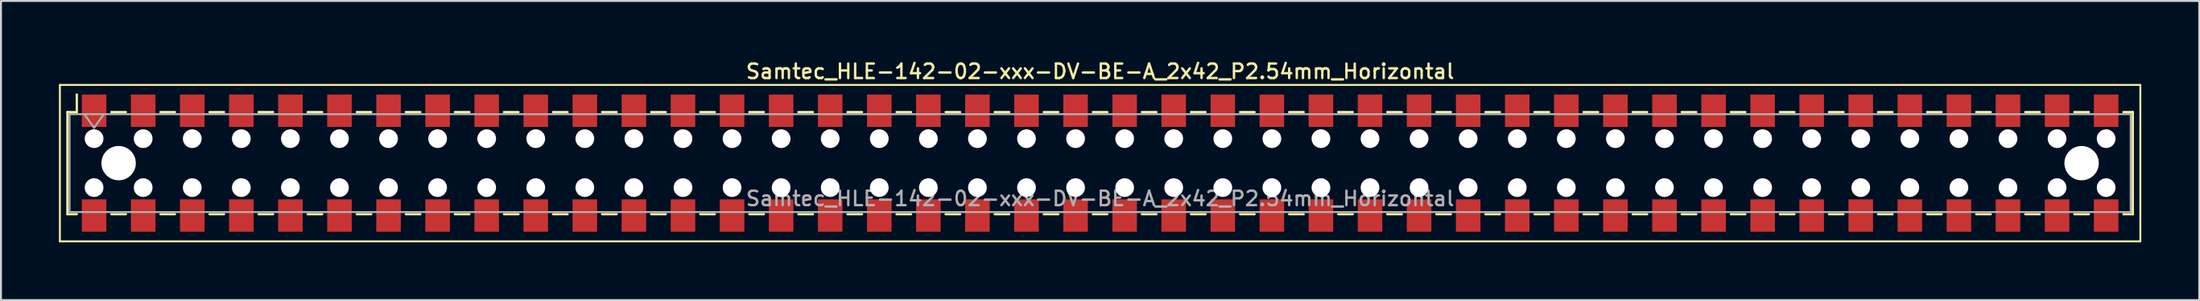
<source format=kicad_pcb>
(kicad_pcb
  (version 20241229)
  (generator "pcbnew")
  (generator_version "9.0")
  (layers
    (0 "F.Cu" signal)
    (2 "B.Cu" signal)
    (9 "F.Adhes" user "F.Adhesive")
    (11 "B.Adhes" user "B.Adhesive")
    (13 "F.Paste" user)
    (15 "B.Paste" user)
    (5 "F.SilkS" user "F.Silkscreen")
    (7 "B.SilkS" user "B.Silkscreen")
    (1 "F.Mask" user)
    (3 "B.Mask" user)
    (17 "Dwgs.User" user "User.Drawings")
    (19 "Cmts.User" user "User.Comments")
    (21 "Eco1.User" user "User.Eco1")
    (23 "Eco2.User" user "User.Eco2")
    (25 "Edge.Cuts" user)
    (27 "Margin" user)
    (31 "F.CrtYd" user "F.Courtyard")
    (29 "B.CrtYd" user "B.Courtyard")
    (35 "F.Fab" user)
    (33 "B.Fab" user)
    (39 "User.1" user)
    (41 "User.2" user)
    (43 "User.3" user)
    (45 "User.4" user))
  (footprint "Samtec_HLE-142-02-xxx-DV-BE-A_2x42_P2.54mm_Horizontal"
    (layer "F.Cu")
    (at 53.89 5.418)
    (property "Reference" "Samtec_HLE-142-02-xxx-DV-BE-A_2x42_P2.54mm_Horizontal" (at 0 -4.76 0) (layer "F.SilkS") (effects (font (size 0.75 0.75) (thickness 0.125))))
    (attr smd)
    (fp_line (start -53.84 -4.06) (end 53.84 -4.06) (stroke (width 0.1) (type solid)) (layer "F.SilkS"))
    (fp_line (start -53.84 4.06) (end -53.84 -4.06) (stroke (width 0.1) (type solid)) (layer "F.SilkS"))
    (fp_line (start -53.45 -2.65) (end -53.45 2.65) (stroke (width 0.12) (type solid)) (layer "F.SilkS"))
    (fp_line (start -53.45 2.65) (end -52.965 2.65) (stroke (width 0.12) (type solid)) (layer "F.SilkS"))
    (fp_line (start -52.965 -3.56) (end -52.965 -2.65) (stroke (width 0.12) (type solid)) (layer "F.SilkS"))
    (fp_line (start -52.965 -2.65) (end -53.45 -2.65) (stroke (width 0.12) (type solid)) (layer "F.SilkS"))
    (fp_line (start -51.175 -2.65) (end -50.425 -2.65) (stroke (width 0.12) (type solid)) (layer "F.SilkS"))
    (fp_line (start -51.175 2.65) (end -50.425 2.65) (stroke (width 0.12) (type solid)) (layer "F.SilkS"))
    (fp_line (start -48.635 -2.65) (end -47.885 -2.65) (stroke (width 0.12) (type solid)) (layer "F.SilkS"))
    (fp_line (start -48.635 2.65) (end -47.885 2.65) (stroke (width 0.12) (type solid)) (layer "F.SilkS"))
    (fp_line (start -46.095 -2.65) (end -45.345 -2.65) (stroke (width 0.12) (type solid)) (layer "F.SilkS"))
    (fp_line (start -46.095 2.65) (end -45.345 2.65) (stroke (width 0.12) (type solid)) (layer "F.SilkS"))
    (fp_line (start -43.555 -2.65) (end -42.805 -2.65) (stroke (width 0.12) (type solid)) (layer "F.SilkS"))
    (fp_line (start -43.555 2.65) (end -42.805 2.65) (stroke (width 0.12) (type solid)) (layer "F.SilkS"))
    (fp_line (start -41.015 -2.65) (end -40.265 -2.65) (stroke (width 0.12) (type solid)) (layer "F.SilkS"))
    (fp_line (start -41.015 2.65) (end -40.265 2.65) (stroke (width 0.12) (type solid)) (layer "F.SilkS"))
    (fp_line (start -38.475 -2.65) (end -37.725 -2.65) (stroke (width 0.12) (type solid)) (layer "F.SilkS"))
    (fp_line (start -38.475 2.65) (end -37.725 2.65) (stroke (width 0.12) (type solid)) (layer "F.SilkS"))
    (fp_line (start -35.935 -2.65) (end -35.185 -2.65) (stroke (width 0.12) (type solid)) (layer "F.SilkS"))
    (fp_line (start -35.935 2.65) (end -35.185 2.65) (stroke (width 0.12) (type solid)) (layer "F.SilkS"))
    (fp_line (start -33.395 -2.65) (end -32.645 -2.65) (stroke (width 0.12) (type solid)) (layer "F.SilkS"))
    (fp_line (start -33.395 2.65) (end -32.645 2.65) (stroke (width 0.12) (type solid)) (layer "F.SilkS"))
    (fp_line (start -30.855 -2.65) (end -30.105 -2.65) (stroke (width 0.12) (type solid)) (layer "F.SilkS"))
    (fp_line (start -30.855 2.65) (end -30.105 2.65) (stroke (width 0.12) (type solid)) (layer "F.SilkS"))
    (fp_line (start -28.315 -2.65) (end -27.565 -2.65) (stroke (width 0.12) (type solid)) (layer "F.SilkS"))
    (fp_line (start -28.315 2.65) (end -27.565 2.65) (stroke (width 0.12) (type solid)) (layer "F.SilkS"))
    (fp_line (start -25.775 -2.65) (end -25.025 -2.65) (stroke (width 0.12) (type solid)) (layer "F.SilkS"))
    (fp_line (start -25.775 2.65) (end -25.025 2.65) (stroke (width 0.12) (type solid)) (layer "F.SilkS"))
    (fp_line (start -23.235 -2.65) (end -22.485 -2.65) (stroke (width 0.12) (type solid)) (layer "F.SilkS"))
    (fp_line (start -23.235 2.65) (end -22.485 2.65) (stroke (width 0.12) (type solid)) (layer "F.SilkS"))
    (fp_line (start -20.695 -2.65) (end -19.945 -2.65) (stroke (width 0.12) (type solid)) (layer "F.SilkS"))
    (fp_line (start -20.695 2.65) (end -19.945 2.65) (stroke (width 0.12) (type solid)) (layer "F.SilkS"))
    (fp_line (start -18.155 -2.65) (end -17.405 -2.65) (stroke (width 0.12) (type solid)) (layer "F.SilkS"))
    (fp_line (start -18.155 2.65) (end -17.405 2.65) (stroke (width 0.12) (type solid)) (layer "F.SilkS"))
    (fp_line (start -15.615 -2.65) (end -14.865 -2.65) (stroke (width 0.12) (type solid)) (layer "F.SilkS"))
    (fp_line (start -15.615 2.65) (end -14.865 2.65) (stroke (width 0.12) (type solid)) (layer "F.SilkS"))
    (fp_line (start -13.075 -2.65) (end -12.325 -2.65) (stroke (width 0.12) (type solid)) (layer "F.SilkS"))
    (fp_line (start -13.075 2.65) (end -12.325 2.65) (stroke (width 0.12) (type solid)) (layer "F.SilkS"))
    (fp_line (start -10.535 -2.65) (end -9.785 -2.65) (stroke (width 0.12) (type solid)) (layer "F.SilkS"))
    (fp_line (start -10.535 2.65) (end -9.785 2.65) (stroke (width 0.12) (type solid)) (layer "F.SilkS"))
    (fp_line (start -7.995 -2.65) (end -7.245 -2.65) (stroke (width 0.12) (type solid)) (layer "F.SilkS"))
    (fp_line (start -7.995 2.65) (end -7.245 2.65) (stroke (width 0.12) (type solid)) (layer "F.SilkS"))
    (fp_line (start -5.455 -2.65) (end -4.705 -2.65) (stroke (width 0.12) (type solid)) (layer "F.SilkS"))
    (fp_line (start -5.455 2.65) (end -4.705 2.65) (stroke (width 0.12) (type solid)) (layer "F.SilkS"))
    (fp_line (start -2.915 -2.65) (end -2.165 -2.65) (stroke (width 0.12) (type solid)) (layer "F.SilkS"))
    (fp_line (start -2.915 2.65) (end -2.165 2.65) (stroke (width 0.12) (type solid)) (layer "F.SilkS"))
    (fp_line (start -0.375 -2.65) (end 0.375 -2.65) (stroke (width 0.12) (type solid)) (layer "F.SilkS"))
    (fp_line (start -0.375 2.65) (end 0.375 2.65) (stroke (width 0.12) (type solid)) (layer "F.SilkS"))
    (fp_line (start 2.165 -2.65) (end 2.915 -2.65) (stroke (width 0.12) (type solid)) (layer "F.SilkS"))
    (fp_line (start 2.165 2.65) (end 2.915 2.65) (stroke (width 0.12) (type solid)) (layer "F.SilkS"))
    (fp_line (start 4.705 -2.65) (end 5.455 -2.65) (stroke (width 0.12) (type solid)) (layer "F.SilkS"))
    (fp_line (start 4.705 2.65) (end 5.455 2.65) (stroke (width 0.12) (type solid)) (layer "F.SilkS"))
    (fp_line (start 7.245 -2.65) (end 7.995 -2.65) (stroke (width 0.12) (type solid)) (layer "F.SilkS"))
    (fp_line (start 7.245 2.65) (end 7.995 2.65) (stroke (width 0.12) (type solid)) (layer "F.SilkS"))
    (fp_line (start 9.785 -2.65) (end 10.535 -2.65) (stroke (width 0.12) (type solid)) (layer "F.SilkS"))
    (fp_line (start 9.785 2.65) (end 10.535 2.65) (stroke (width 0.12) (type solid)) (layer "F.SilkS"))
    (fp_line (start 12.325 -2.65) (end 13.075 -2.65) (stroke (width 0.12) (type solid)) (layer "F.SilkS"))
    (fp_line (start 12.325 2.65) (end 13.075 2.65) (stroke (width 0.12) (type solid)) (layer "F.SilkS"))
    (fp_line (start 14.865 -2.65) (end 15.615 -2.65) (stroke (width 0.12) (type solid)) (layer "F.SilkS"))
    (fp_line (start 14.865 2.65) (end 15.615 2.65) (stroke (width 0.12) (type solid)) (layer "F.SilkS"))
    (fp_line (start 17.405 -2.65) (end 18.155 -2.65) (stroke (width 0.12) (type solid)) (layer "F.SilkS"))
    (fp_line (start 17.405 2.65) (end 18.155 2.65) (stroke (width 0.12) (type solid)) (layer "F.SilkS"))
    (fp_line (start 19.945 -2.65) (end 20.695 -2.65) (stroke (width 0.12) (type solid)) (layer "F.SilkS"))
    (fp_line (start 19.945 2.65) (end 20.695 2.65) (stroke (width 0.12) (type solid)) (layer "F.SilkS"))
    (fp_line (start 22.485 -2.65) (end 23.235 -2.65) (stroke (width 0.12) (type solid)) (layer "F.SilkS"))
    (fp_line (start 22.485 2.65) (end 23.235 2.65) (stroke (width 0.12) (type solid)) (layer "F.SilkS"))
    (fp_line (start 25.025 -2.65) (end 25.775 -2.65) (stroke (width 0.12) (type solid)) (layer "F.SilkS"))
    (fp_line (start 25.025 2.65) (end 25.775 2.65) (stroke (width 0.12) (type solid)) (layer "F.SilkS"))
    (fp_line (start 27.565 -2.65) (end 28.315 -2.65) (stroke (width 0.12) (type solid)) (layer "F.SilkS"))
    (fp_line (start 27.565 2.65) (end 28.315 2.65) (stroke (width 0.12) (type solid)) (layer "F.SilkS"))
    (fp_line (start 30.105 -2.65) (end 30.855 -2.65) (stroke (width 0.12) (type solid)) (layer "F.SilkS"))
    (fp_line (start 30.105 2.65) (end 30.855 2.65) (stroke (width 0.12) (type solid)) (layer "F.SilkS"))
    (fp_line (start 32.645 -2.65) (end 33.395 -2.65) (stroke (width 0.12) (type solid)) (layer "F.SilkS"))
    (fp_line (start 32.645 2.65) (end 33.395 2.65) (stroke (width 0.12) (type solid)) (layer "F.SilkS"))
    (fp_line (start 35.185 -2.65) (end 35.935 -2.65) (stroke (width 0.12) (type solid)) (layer "F.SilkS"))
    (fp_line (start 35.185 2.65) (end 35.935 2.65) (stroke (width 0.12) (type solid)) (layer "F.SilkS"))
    (fp_line (start 37.725 -2.65) (end 38.475 -2.65) (stroke (width 0.12) (type solid)) (layer "F.SilkS"))
    (fp_line (start 37.725 2.65) (end 38.475 2.65) (stroke (width 0.12) (type solid)) (layer "F.SilkS"))
    (fp_line (start 40.265 -2.65) (end 41.015 -2.65) (stroke (width 0.12) (type solid)) (layer "F.SilkS"))
    (fp_line (start 40.265 2.65) (end 41.015 2.65) (stroke (width 0.12) (type solid)) (layer "F.SilkS"))
    (fp_line (start 42.805 -2.65) (end 43.555 -2.65) (stroke (width 0.12) (type solid)) (layer "F.SilkS"))
    (fp_line (start 42.805 2.65) (end 43.555 2.65) (stroke (width 0.12) (type solid)) (layer "F.SilkS"))
    (fp_line (start 45.345 -2.65) (end 46.095 -2.65) (stroke (width 0.12) (type solid)) (layer "F.SilkS"))
    (fp_line (start 45.345 2.65) (end 46.095 2.65) (stroke (width 0.12) (type solid)) (layer "F.SilkS"))
    (fp_line (start 47.885 -2.65) (end 48.635 -2.65) (stroke (width 0.12) (type solid)) (layer "F.SilkS"))
    (fp_line (start 47.885 2.65) (end 48.635 2.65) (stroke (width 0.12) (type solid)) (layer "F.SilkS"))
    (fp_line (start 50.425 -2.65) (end 51.175 -2.65) (stroke (width 0.12) (type solid)) (layer "F.SilkS"))
    (fp_line (start 50.425 2.65) (end 51.175 2.65) (stroke (width 0.12) (type solid)) (layer "F.SilkS"))
    (fp_line (start 52.965 -2.65) (end 53.45 -2.65) (stroke (width 0.12) (type solid)) (layer "F.SilkS"))
    (fp_line (start 53.45 -2.65) (end 53.45 2.65) (stroke (width 0.12) (type solid)) (layer "F.SilkS"))
    (fp_line (start 53.45 2.65) (end 52.965 2.65) (stroke (width 0.12) (type solid)) (layer "F.SilkS"))
    (fp_line (start 53.84 -4.06) (end 53.84 4.06) (stroke (width 0.1) (type solid)) (layer "F.SilkS"))
    (fp_line (start 53.84 4.06) (end -53.84 4.06) (stroke (width 0.1) (type solid)) (layer "F.SilkS"))
    (fp_line (start -53.34 -2.54) (end 53.34 -2.54) (stroke (width 0.1) (type solid)) (layer "F.Fab"))
    (fp_line (start -53.34 2.54) (end -53.34 -2.54) (stroke (width 0.1) (type solid)) (layer "F.Fab"))
    (fp_line (start -52.57 -2.54) (end -52.07 -1.833) (stroke (width 0.1) (type solid)) (layer "F.Fab"))
    (fp_line (start -52.07 -1.833) (end -51.57 -2.54) (stroke (width 0.1) (type solid)) (layer "F.Fab"))
    (fp_line (start 53.34 -2.54) (end 53.34 2.54) (stroke (width 0.1) (type solid)) (layer "F.Fab"))
    (fp_line (start 53.34 2.54) (end -53.34 2.54) (stroke (width 0.1) (type solid)) (layer "F.Fab"))
    (fp_text user "${REFERENCE}" (at 0 1.84 0) (layer "F.Fab") (effects (font (size 0.75 0.75) (thickness 0.125))))
    (pad "" np_thru_hole circle (at -52.07 -1.27) (size 0.97 0.97) (drill 0.97) (layers "*.Cu" "*.Mask"))
    (pad "" np_thru_hole circle (at -52.07 1.27) (size 0.97 0.97) (drill 0.97) (layers "*.Cu" "*.Mask"))
    (pad "" np_thru_hole circle (at -50.8 0) (size 1.78 1.78) (drill 1.78) (layers "*.Cu" "*.Mask"))
    (pad "" np_thru_hole circle (at -49.53 -1.27) (size 0.97 0.97) (drill 0.97) (layers "*.Cu" "*.Mask"))
    (pad "" np_thru_hole circle (at -49.53 1.27) (size 0.97 0.97) (drill 0.97) (layers "*.Cu" "*.Mask"))
    (pad "" np_thru_hole circle (at -46.99 -1.27) (size 0.97 0.97) (drill 0.97) (layers "*.Cu" "*.Mask"))
    (pad "" np_thru_hole circle (at -46.99 1.27) (size 0.97 0.97) (drill 0.97) (layers "*.Cu" "*.Mask"))
    (pad "" np_thru_hole circle (at -44.45 -1.27) (size 0.97 0.97) (drill 0.97) (layers "*.Cu" "*.Mask"))
    (pad "" np_thru_hole circle (at -44.45 1.27) (size 0.97 0.97) (drill 0.97) (layers "*.Cu" "*.Mask"))
    (pad "" np_thru_hole circle (at -41.91 -1.27) (size 0.97 0.97) (drill 0.97) (layers "*.Cu" "*.Mask"))
    (pad "" np_thru_hole circle (at -41.91 1.27) (size 0.97 0.97) (drill 0.97) (layers "*.Cu" "*.Mask"))
    (pad "" np_thru_hole circle (at -39.37 -1.27) (size 0.97 0.97) (drill 0.97) (layers "*.Cu" "*.Mask"))
    (pad "" np_thru_hole circle (at -39.37 1.27) (size 0.97 0.97) (drill 0.97) (layers "*.Cu" "*.Mask"))
    (pad "" np_thru_hole circle (at -36.83 -1.27) (size 0.97 0.97) (drill 0.97) (layers "*.Cu" "*.Mask"))
    (pad "" np_thru_hole circle (at -36.83 1.27) (size 0.97 0.97) (drill 0.97) (layers "*.Cu" "*.Mask"))
    (pad "" np_thru_hole circle (at -34.29 -1.27) (size 0.97 0.97) (drill 0.97) (layers "*.Cu" "*.Mask"))
    (pad "" np_thru_hole circle (at -34.29 1.27) (size 0.97 0.97) (drill 0.97) (layers "*.Cu" "*.Mask"))
    (pad "" np_thru_hole circle (at -31.75 -1.27) (size 0.97 0.97) (drill 0.97) (layers "*.Cu" "*.Mask"))
    (pad "" np_thru_hole circle (at -31.75 1.27) (size 0.97 0.97) (drill 0.97) (layers "*.Cu" "*.Mask"))
    (pad "" np_thru_hole circle (at -29.21 -1.27) (size 0.97 0.97) (drill 0.97) (layers "*.Cu" "*.Mask"))
    (pad "" np_thru_hole circle (at -29.21 1.27) (size 0.97 0.97) (drill 0.97) (layers "*.Cu" "*.Mask"))
    (pad "" np_thru_hole circle (at -26.67 -1.27) (size 0.97 0.97) (drill 0.97) (layers "*.Cu" "*.Mask"))
    (pad "" np_thru_hole circle (at -26.67 1.27) (size 0.97 0.97) (drill 0.97) (layers "*.Cu" "*.Mask"))
    (pad "" np_thru_hole circle (at -24.13 -1.27) (size 0.97 0.97) (drill 0.97) (layers "*.Cu" "*.Mask"))
    (pad "" np_thru_hole circle (at -24.13 1.27) (size 0.97 0.97) (drill 0.97) (layers "*.Cu" "*.Mask"))
    (pad "" np_thru_hole circle (at -21.59 -1.27) (size 0.97 0.97) (drill 0.97) (layers "*.Cu" "*.Mask"))
    (pad "" np_thru_hole circle (at -21.59 1.27) (size 0.97 0.97) (drill 0.97) (layers "*.Cu" "*.Mask"))
    (pad "" np_thru_hole circle (at -19.05 -1.27) (size 0.97 0.97) (drill 0.97) (layers "*.Cu" "*.Mask"))
    (pad "" np_thru_hole circle (at -19.05 1.27) (size 0.97 0.97) (drill 0.97) (layers "*.Cu" "*.Mask"))
    (pad "" np_thru_hole circle (at -16.51 -1.27) (size 0.97 0.97) (drill 0.97) (layers "*.Cu" "*.Mask"))
    (pad "" np_thru_hole circle (at -16.51 1.27) (size 0.97 0.97) (drill 0.97) (layers "*.Cu" "*.Mask"))
    (pad "" np_thru_hole circle (at -13.97 -1.27) (size 0.97 0.97) (drill 0.97) (layers "*.Cu" "*.Mask"))
    (pad "" np_thru_hole circle (at -13.97 1.27) (size 0.97 0.97) (drill 0.97) (layers "*.Cu" "*.Mask"))
    (pad "" np_thru_hole circle (at -11.43 -1.27) (size 0.97 0.97) (drill 0.97) (layers "*.Cu" "*.Mask"))
    (pad "" np_thru_hole circle (at -11.43 1.27) (size 0.97 0.97) (drill 0.97) (layers "*.Cu" "*.Mask"))
    (pad "" np_thru_hole circle (at -8.89 -1.27) (size 0.97 0.97) (drill 0.97) (layers "*.Cu" "*.Mask"))
    (pad "" np_thru_hole circle (at -8.89 1.27) (size 0.97 0.97) (drill 0.97) (layers "*.Cu" "*.Mask"))
    (pad "" np_thru_hole circle (at -6.35 -1.27) (size 0.97 0.97) (drill 0.97) (layers "*.Cu" "*.Mask"))
    (pad "" np_thru_hole circle (at -6.35 1.27) (size 0.97 0.97) (drill 0.97) (layers "*.Cu" "*.Mask"))
    (pad "" np_thru_hole circle (at -3.81 -1.27) (size 0.97 0.97) (drill 0.97) (layers "*.Cu" "*.Mask"))
    (pad "" np_thru_hole circle (at -3.81 1.27) (size 0.97 0.97) (drill 0.97) (layers "*.Cu" "*.Mask"))
    (pad "" np_thru_hole circle (at -1.27 -1.27) (size 0.97 0.97) (drill 0.97) (layers "*.Cu" "*.Mask"))
    (pad "" np_thru_hole circle (at -1.27 1.27) (size 0.97 0.97) (drill 0.97) (layers "*.Cu" "*.Mask"))
    (pad "" np_thru_hole circle (at 1.27 -1.27) (size 0.97 0.97) (drill 0.97) (layers "*.Cu" "*.Mask"))
    (pad "" np_thru_hole circle (at 1.27 1.27) (size 0.97 0.97) (drill 0.97) (layers "*.Cu" "*.Mask"))
    (pad "" np_thru_hole circle (at 3.81 -1.27) (size 0.97 0.97) (drill 0.97) (layers "*.Cu" "*.Mask"))
    (pad "" np_thru_hole circle (at 3.81 1.27) (size 0.97 0.97) (drill 0.97) (layers "*.Cu" "*.Mask"))
    (pad "" np_thru_hole circle (at 6.35 -1.27) (size 0.97 0.97) (drill 0.97) (layers "*.Cu" "*.Mask"))
    (pad "" np_thru_hole circle (at 6.35 1.27) (size 0.97 0.97) (drill 0.97) (layers "*.Cu" "*.Mask"))
    (pad "" np_thru_hole circle (at 8.89 -1.27) (size 0.97 0.97) (drill 0.97) (layers "*.Cu" "*.Mask"))
    (pad "" np_thru_hole circle (at 8.89 1.27) (size 0.97 0.97) (drill 0.97) (layers "*.Cu" "*.Mask"))
    (pad "" np_thru_hole circle (at 11.43 -1.27) (size 0.97 0.97) (drill 0.97) (layers "*.Cu" "*.Mask"))
    (pad "" np_thru_hole circle (at 11.43 1.27) (size 0.97 0.97) (drill 0.97) (layers "*.Cu" "*.Mask"))
    (pad "" np_thru_hole circle (at 13.97 -1.27) (size 0.97 0.97) (drill 0.97) (layers "*.Cu" "*.Mask"))
    (pad "" np_thru_hole circle (at 13.97 1.27) (size 0.97 0.97) (drill 0.97) (layers "*.Cu" "*.Mask"))
    (pad "" np_thru_hole circle (at 16.51 -1.27) (size 0.97 0.97) (drill 0.97) (layers "*.Cu" "*.Mask"))
    (pad "" np_thru_hole circle (at 16.51 1.27) (size 0.97 0.97) (drill 0.97) (layers "*.Cu" "*.Mask"))
    (pad "" np_thru_hole circle (at 19.05 -1.27) (size 0.97 0.97) (drill 0.97) (layers "*.Cu" "*.Mask"))
    (pad "" np_thru_hole circle (at 19.05 1.27) (size 0.97 0.97) (drill 0.97) (layers "*.Cu" "*.Mask"))
    (pad "" np_thru_hole circle (at 21.59 -1.27) (size 0.97 0.97) (drill 0.97) (layers "*.Cu" "*.Mask"))
    (pad "" np_thru_hole circle (at 21.59 1.27) (size 0.97 0.97) (drill 0.97) (layers "*.Cu" "*.Mask"))
    (pad "" np_thru_hole circle (at 24.13 -1.27) (size 0.97 0.97) (drill 0.97) (layers "*.Cu" "*.Mask"))
    (pad "" np_thru_hole circle (at 24.13 1.27) (size 0.97 0.97) (drill 0.97) (layers "*.Cu" "*.Mask"))
    (pad "" np_thru_hole circle (at 26.67 -1.27) (size 0.97 0.97) (drill 0.97) (layers "*.Cu" "*.Mask"))
    (pad "" np_thru_hole circle (at 26.67 1.27) (size 0.97 0.97) (drill 0.97) (layers "*.Cu" "*.Mask"))
    (pad "" np_thru_hole circle (at 29.21 -1.27) (size 0.97 0.97) (drill 0.97) (layers "*.Cu" "*.Mask"))
    (pad "" np_thru_hole circle (at 29.21 1.27) (size 0.97 0.97) (drill 0.97) (layers "*.Cu" "*.Mask"))
    (pad "" np_thru_hole circle (at 31.75 -1.27) (size 0.97 0.97) (drill 0.97) (layers "*.Cu" "*.Mask"))
    (pad "" np_thru_hole circle (at 31.75 1.27) (size 0.97 0.97) (drill 0.97) (layers "*.Cu" "*.Mask"))
    (pad "" np_thru_hole circle (at 34.29 -1.27) (size 0.97 0.97) (drill 0.97) (layers "*.Cu" "*.Mask"))
    (pad "" np_thru_hole circle (at 34.29 1.27) (size 0.97 0.97) (drill 0.97) (layers "*.Cu" "*.Mask"))
    (pad "" np_thru_hole circle (at 36.83 -1.27) (size 0.97 0.97) (drill 0.97) (layers "*.Cu" "*.Mask"))
    (pad "" np_thru_hole circle (at 36.83 1.27) (size 0.97 0.97) (drill 0.97) (layers "*.Cu" "*.Mask"))
    (pad "" np_thru_hole circle (at 39.37 -1.27) (size 0.97 0.97) (drill 0.97) (layers "*.Cu" "*.Mask"))
    (pad "" np_thru_hole circle (at 39.37 1.27) (size 0.97 0.97) (drill 0.97) (layers "*.Cu" "*.Mask"))
    (pad "" np_thru_hole circle (at 41.91 -1.27) (size 0.97 0.97) (drill 0.97) (layers "*.Cu" "*.Mask"))
    (pad "" np_thru_hole circle (at 41.91 1.27) (size 0.97 0.97) (drill 0.97) (layers "*.Cu" "*.Mask"))
    (pad "" np_thru_hole circle (at 44.45 -1.27) (size 0.97 0.97) (drill 0.97) (layers "*.Cu" "*.Mask"))
    (pad "" np_thru_hole circle (at 44.45 1.27) (size 0.97 0.97) (drill 0.97) (layers "*.Cu" "*.Mask"))
    (pad "" np_thru_hole circle (at 46.99 -1.27) (size 0.97 0.97) (drill 0.97) (layers "*.Cu" "*.Mask"))
    (pad "" np_thru_hole circle (at 46.99 1.27) (size 0.97 0.97) (drill 0.97) (layers "*.Cu" "*.Mask"))
    (pad "" np_thru_hole circle (at 49.53 -1.27) (size 0.97 0.97) (drill 0.97) (layers "*.Cu" "*.Mask"))
    (pad "" np_thru_hole circle (at 49.53 1.27) (size 0.97 0.97) (drill 0.97) (layers "*.Cu" "*.Mask"))
    (pad "" np_thru_hole circle (at 50.8 0) (size 1.78 1.78) (drill 1.78) (layers "*.Cu" "*.Mask"))
    (pad "" np_thru_hole circle (at 52.07 -1.27) (size 0.97 0.97) (drill 0.97) (layers "*.Cu" "*.Mask"))
    (pad "" np_thru_hole circle (at 52.07 1.27) (size 0.97 0.97) (drill 0.97) (layers "*.Cu" "*.Mask"))
    (pad "1" smd rect (at -52.07 -2.72) (size 1.27 1.68) (layers "F.Cu" "F.Mask" "F.Paste"))
    (pad "2" smd rect (at -52.07 2.72) (size 1.27 1.68) (layers "F.Cu" "F.Mask" "F.Paste"))
    (pad "3" smd rect (at -49.53 -2.72) (size 1.27 1.68) (layers "F.Cu" "F.Mask" "F.Paste"))
    (pad "4" smd rect (at -49.53 2.72) (size 1.27 1.68) (layers "F.Cu" "F.Mask" "F.Paste"))
    (pad "5" smd rect (at -46.99 -2.72) (size 1.27 1.68) (layers "F.Cu" "F.Mask" "F.Paste"))
    (pad "6" smd rect (at -46.99 2.72) (size 1.27 1.68) (layers "F.Cu" "F.Mask" "F.Paste"))
    (pad "7" smd rect (at -44.45 -2.72) (size 1.27 1.68) (layers "F.Cu" "F.Mask" "F.Paste"))
    (pad "8" smd rect (at -44.45 2.72) (size 1.27 1.68) (layers "F.Cu" "F.Mask" "F.Paste"))
    (pad "9" smd rect (at -41.91 -2.72) (size 1.27 1.68) (layers "F.Cu" "F.Mask" "F.Paste"))
    (pad "10" smd rect (at -41.91 2.72) (size 1.27 1.68) (layers "F.Cu" "F.Mask" "F.Paste"))
    (pad "11" smd rect (at -39.37 -2.72) (size 1.27 1.68) (layers "F.Cu" "F.Mask" "F.Paste"))
    (pad "12" smd rect (at -39.37 2.72) (size 1.27 1.68) (layers "F.Cu" "F.Mask" "F.Paste"))
    (pad "13" smd rect (at -36.83 -2.72) (size 1.27 1.68) (layers "F.Cu" "F.Mask" "F.Paste"))
    (pad "14" smd rect (at -36.83 2.72) (size 1.27 1.68) (layers "F.Cu" "F.Mask" "F.Paste"))
    (pad "15" smd rect (at -34.29 -2.72) (size 1.27 1.68) (layers "F.Cu" "F.Mask" "F.Paste"))
    (pad "16" smd rect (at -34.29 2.72) (size 1.27 1.68) (layers "F.Cu" "F.Mask" "F.Paste"))
    (pad "17" smd rect (at -31.75 -2.72) (size 1.27 1.68) (layers "F.Cu" "F.Mask" "F.Paste"))
    (pad "18" smd rect (at -31.75 2.72) (size 1.27 1.68) (layers "F.Cu" "F.Mask" "F.Paste"))
    (pad "19" smd rect (at -29.21 -2.72) (size 1.27 1.68) (layers "F.Cu" "F.Mask" "F.Paste"))
    (pad "20" smd rect (at -29.21 2.72) (size 1.27 1.68) (layers "F.Cu" "F.Mask" "F.Paste"))
    (pad "21" smd rect (at -26.67 -2.72) (size 1.27 1.68) (layers "F.Cu" "F.Mask" "F.Paste"))
    (pad "22" smd rect (at -26.67 2.72) (size 1.27 1.68) (layers "F.Cu" "F.Mask" "F.Paste"))
    (pad "23" smd rect (at -24.13 -2.72) (size 1.27 1.68) (layers "F.Cu" "F.Mask" "F.Paste"))
    (pad "24" smd rect (at -24.13 2.72) (size 1.27 1.68) (layers "F.Cu" "F.Mask" "F.Paste"))
    (pad "25" smd rect (at -21.59 -2.72) (size 1.27 1.68) (layers "F.Cu" "F.Mask" "F.Paste"))
    (pad "26" smd rect (at -21.59 2.72) (size 1.27 1.68) (layers "F.Cu" "F.Mask" "F.Paste"))
    (pad "27" smd rect (at -19.05 -2.72) (size 1.27 1.68) (layers "F.Cu" "F.Mask" "F.Paste"))
    (pad "28" smd rect (at -19.05 2.72) (size 1.27 1.68) (layers "F.Cu" "F.Mask" "F.Paste"))
    (pad "29" smd rect (at -16.51 -2.72) (size 1.27 1.68) (layers "F.Cu" "F.Mask" "F.Paste"))
    (pad "30" smd rect (at -16.51 2.72) (size 1.27 1.68) (layers "F.Cu" "F.Mask" "F.Paste"))
    (pad "31" smd rect (at -13.97 -2.72) (size 1.27 1.68) (layers "F.Cu" "F.Mask" "F.Paste"))
    (pad "32" smd rect (at -13.97 2.72) (size 1.27 1.68) (layers "F.Cu" "F.Mask" "F.Paste"))
    (pad "33" smd rect (at -11.43 -2.72) (size 1.27 1.68) (layers "F.Cu" "F.Mask" "F.Paste"))
    (pad "34" smd rect (at -11.43 2.72) (size 1.27 1.68) (layers "F.Cu" "F.Mask" "F.Paste"))
    (pad "35" smd rect (at -8.89 -2.72) (size 1.27 1.68) (layers "F.Cu" "F.Mask" "F.Paste"))
    (pad "36" smd rect (at -8.89 2.72) (size 1.27 1.68) (layers "F.Cu" "F.Mask" "F.Paste"))
    (pad "37" smd rect (at -6.35 -2.72) (size 1.27 1.68) (layers "F.Cu" "F.Mask" "F.Paste"))
    (pad "38" smd rect (at -6.35 2.72) (size 1.27 1.68) (layers "F.Cu" "F.Mask" "F.Paste"))
    (pad "39" smd rect (at -3.81 -2.72) (size 1.27 1.68) (layers "F.Cu" "F.Mask" "F.Paste"))
    (pad "40" smd rect (at -3.81 2.72) (size 1.27 1.68) (layers "F.Cu" "F.Mask" "F.Paste"))
    (pad "41" smd rect (at -1.27 -2.72) (size 1.27 1.68) (layers "F.Cu" "F.Mask" "F.Paste"))
    (pad "42" smd rect (at -1.27 2.72) (size 1.27 1.68) (layers "F.Cu" "F.Mask" "F.Paste"))
    (pad "43" smd rect (at 1.27 -2.72) (size 1.27 1.68) (layers "F.Cu" "F.Mask" "F.Paste"))
    (pad "44" smd rect (at 1.27 2.72) (size 1.27 1.68) (layers "F.Cu" "F.Mask" "F.Paste"))
    (pad "45" smd rect (at 3.81 -2.72) (size 1.27 1.68) (layers "F.Cu" "F.Mask" "F.Paste"))
    (pad "46" smd rect (at 3.81 2.72) (size 1.27 1.68) (layers "F.Cu" "F.Mask" "F.Paste"))
    (pad "47" smd rect (at 6.35 -2.72) (size 1.27 1.68) (layers "F.Cu" "F.Mask" "F.Paste"))
    (pad "48" smd rect (at 6.35 2.72) (size 1.27 1.68) (layers "F.Cu" "F.Mask" "F.Paste"))
    (pad "49" smd rect (at 8.89 -2.72) (size 1.27 1.68) (layers "F.Cu" "F.Mask" "F.Paste"))
    (pad "50" smd rect (at 8.89 2.72) (size 1.27 1.68) (layers "F.Cu" "F.Mask" "F.Paste"))
    (pad "51" smd rect (at 11.43 -2.72) (size 1.27 1.68) (layers "F.Cu" "F.Mask" "F.Paste"))
    (pad "52" smd rect (at 11.43 2.72) (size 1.27 1.68) (layers "F.Cu" "F.Mask" "F.Paste"))
    (pad "53" smd rect (at 13.97 -2.72) (size 1.27 1.68) (layers "F.Cu" "F.Mask" "F.Paste"))
    (pad "54" smd rect (at 13.97 2.72) (size 1.27 1.68) (layers "F.Cu" "F.Mask" "F.Paste"))
    (pad "55" smd rect (at 16.51 -2.72) (size 1.27 1.68) (layers "F.Cu" "F.Mask" "F.Paste"))
    (pad "56" smd rect (at 16.51 2.72) (size 1.27 1.68) (layers "F.Cu" "F.Mask" "F.Paste"))
    (pad "57" smd rect (at 19.05 -2.72) (size 1.27 1.68) (layers "F.Cu" "F.Mask" "F.Paste"))
    (pad "58" smd rect (at 19.05 2.72) (size 1.27 1.68) (layers "F.Cu" "F.Mask" "F.Paste"))
    (pad "59" smd rect (at 21.59 -2.72) (size 1.27 1.68) (layers "F.Cu" "F.Mask" "F.Paste"))
    (pad "60" smd rect (at 21.59 2.72) (size 1.27 1.68) (layers "F.Cu" "F.Mask" "F.Paste"))
    (pad "61" smd rect (at 24.13 -2.72) (size 1.27 1.68) (layers "F.Cu" "F.Mask" "F.Paste"))
    (pad "62" smd rect (at 24.13 2.72) (size 1.27 1.68) (layers "F.Cu" "F.Mask" "F.Paste"))
    (pad "63" smd rect (at 26.67 -2.72) (size 1.27 1.68) (layers "F.Cu" "F.Mask" "F.Paste"))
    (pad "64" smd rect (at 26.67 2.72) (size 1.27 1.68) (layers "F.Cu" "F.Mask" "F.Paste"))
    (pad "65" smd rect (at 29.21 -2.72) (size 1.27 1.68) (layers "F.Cu" "F.Mask" "F.Paste"))
    (pad "66" smd rect (at 29.21 2.72) (size 1.27 1.68) (layers "F.Cu" "F.Mask" "F.Paste"))
    (pad "67" smd rect (at 31.75 -2.72) (size 1.27 1.68) (layers "F.Cu" "F.Mask" "F.Paste"))
    (pad "68" smd rect (at 31.75 2.72) (size 1.27 1.68) (layers "F.Cu" "F.Mask" "F.Paste"))
    (pad "69" smd rect (at 34.29 -2.72) (size 1.27 1.68) (layers "F.Cu" "F.Mask" "F.Paste"))
    (pad "70" smd rect (at 34.29 2.72) (size 1.27 1.68) (layers "F.Cu" "F.Mask" "F.Paste"))
    (pad "71" smd rect (at 36.83 -2.72) (size 1.27 1.68) (layers "F.Cu" "F.Mask" "F.Paste"))
    (pad "72" smd rect (at 36.83 2.72) (size 1.27 1.68) (layers "F.Cu" "F.Mask" "F.Paste"))
    (pad "73" smd rect (at 39.37 -2.72) (size 1.27 1.68) (layers "F.Cu" "F.Mask" "F.Paste"))
    (pad "74" smd rect (at 39.37 2.72) (size 1.27 1.68) (layers "F.Cu" "F.Mask" "F.Paste"))
    (pad "75" smd rect (at 41.91 -2.72) (size 1.27 1.68) (layers "F.Cu" "F.Mask" "F.Paste"))
    (pad "76" smd rect (at 41.91 2.72) (size 1.27 1.68) (layers "F.Cu" "F.Mask" "F.Paste"))
    (pad "77" smd rect (at 44.45 -2.72) (size 1.27 1.68) (layers "F.Cu" "F.Mask" "F.Paste"))
    (pad "78" smd rect (at 44.45 2.72) (size 1.27 1.68) (layers "F.Cu" "F.Mask" "F.Paste"))
    (pad "79" smd rect (at 46.99 -2.72) (size 1.27 1.68) (layers "F.Cu" "F.Mask" "F.Paste"))
    (pad "80" smd rect (at 46.99 2.72) (size 1.27 1.68) (layers "F.Cu" "F.Mask" "F.Paste"))
    (pad "81" smd rect (at 49.53 -2.72) (size 1.27 1.68) (layers "F.Cu" "F.Mask" "F.Paste"))
    (pad "82" smd rect (at 49.53 2.72) (size 1.27 1.68) (layers "F.Cu" "F.Mask" "F.Paste"))
    (pad "83" smd rect (at 52.07 -2.72) (size 1.27 1.68) (layers "F.Cu" "F.Mask" "F.Paste"))
    (pad "84" smd rect (at 52.07 2.72) (size 1.27 1.68) (layers "F.Cu" "F.Mask" "F.Paste")))
  (gr_rect
    (start -3 -3)
    (end 110.78 12.528)
    (stroke (width 0.1) (type default))
    (fill no)
    (layer "Edge.Cuts")))
</source>
